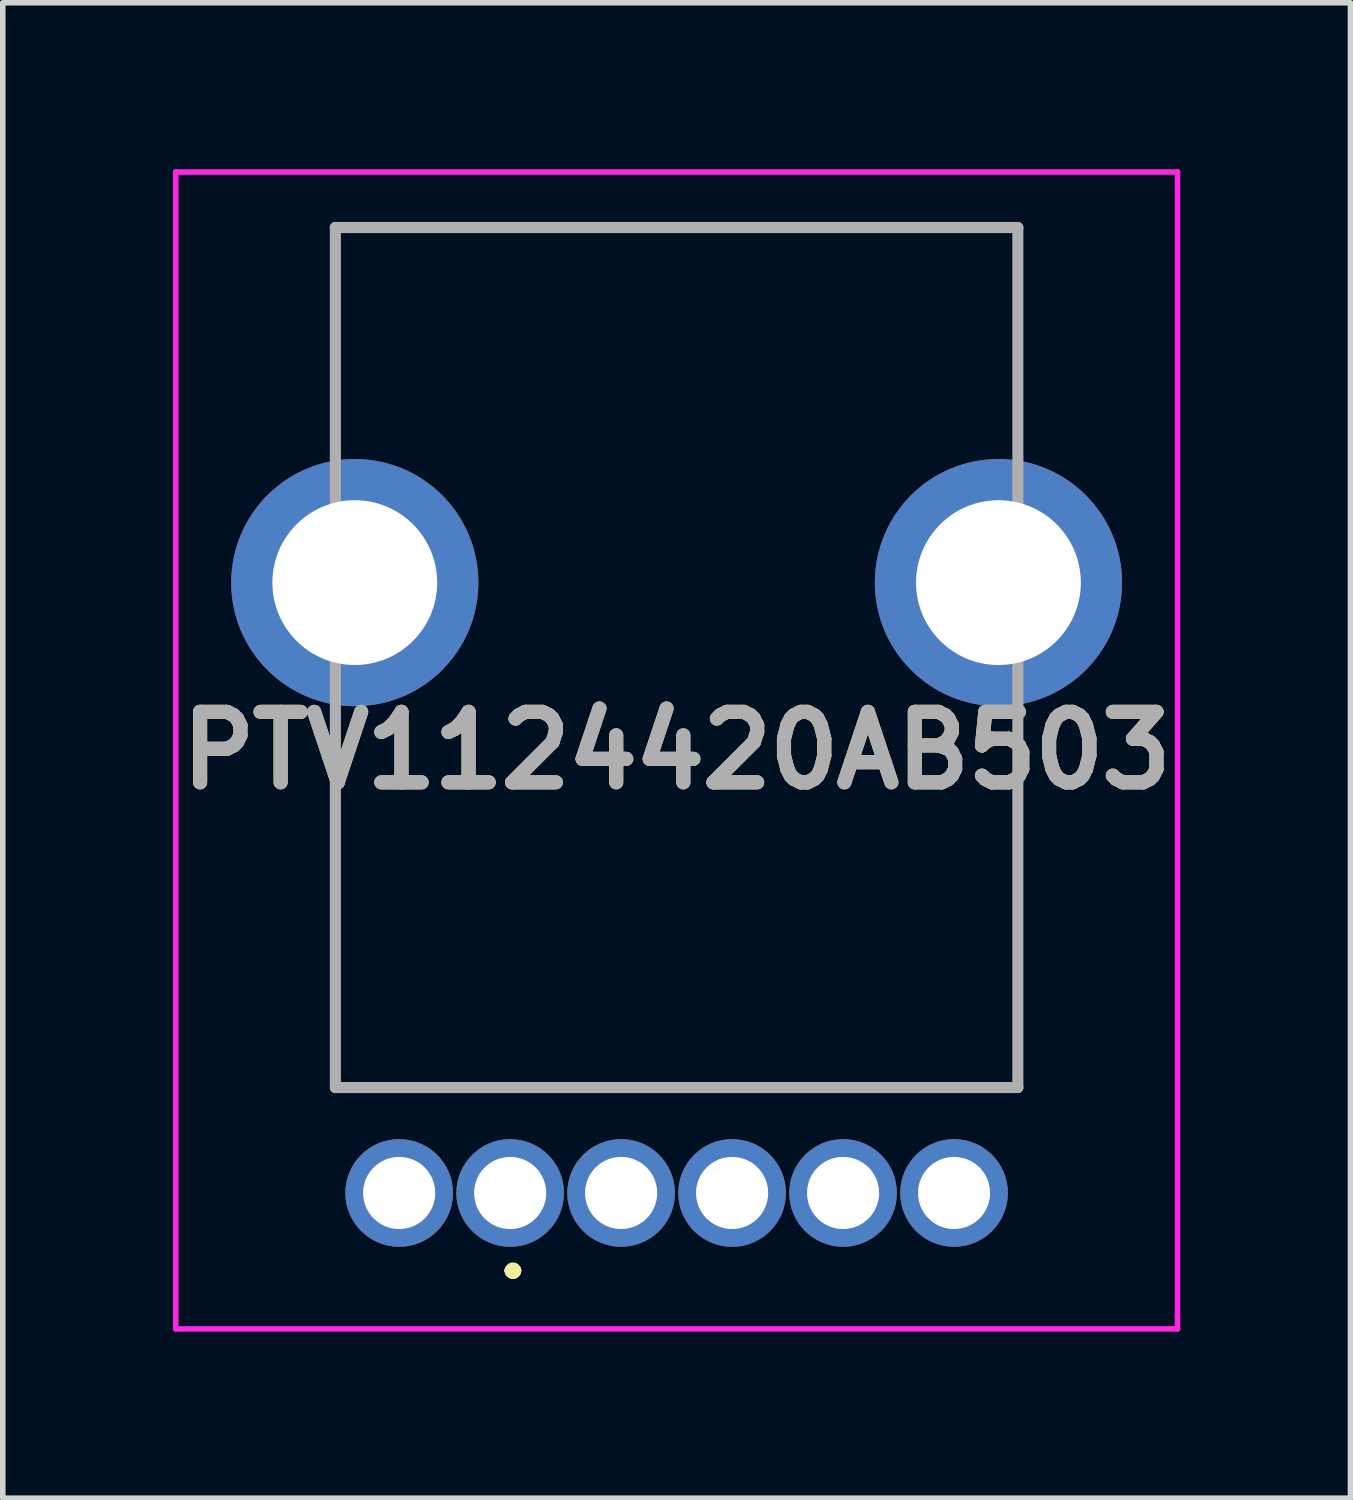
<source format=kicad_pcb>
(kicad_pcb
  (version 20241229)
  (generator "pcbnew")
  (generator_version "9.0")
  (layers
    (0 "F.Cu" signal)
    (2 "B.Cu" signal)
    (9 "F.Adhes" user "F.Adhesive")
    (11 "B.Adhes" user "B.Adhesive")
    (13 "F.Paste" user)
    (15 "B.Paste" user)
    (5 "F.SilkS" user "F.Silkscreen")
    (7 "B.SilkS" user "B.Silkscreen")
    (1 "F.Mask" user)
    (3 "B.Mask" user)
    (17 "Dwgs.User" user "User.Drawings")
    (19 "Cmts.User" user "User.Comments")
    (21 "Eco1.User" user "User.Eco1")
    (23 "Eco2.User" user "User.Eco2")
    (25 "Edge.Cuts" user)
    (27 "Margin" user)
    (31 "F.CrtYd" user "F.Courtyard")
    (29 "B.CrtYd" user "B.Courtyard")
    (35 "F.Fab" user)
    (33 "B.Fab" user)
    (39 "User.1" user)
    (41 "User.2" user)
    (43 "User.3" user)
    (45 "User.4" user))
  (footprint "PTV1124420AB503"
    (layer "F.Cu")
    (at 6.144 18.45)
    (property "Reference" "PTV1124420AB503" (at 3 -7.975 0) (layer "F.SilkS") (effects (font (size 1.27 1.27) (thickness 0.254))))
    (attr through_hole)
    (fp_line (start -3.15 -17.4) (end -3.15 -17.4) (stroke (width 0.1) (type solid)) (layer "F.SilkS"))
    (fp_line (start -3.15 -17.4) (end -3.15 -17.4) (stroke (width 0.1) (type solid)) (layer "F.SilkS"))
    (fp_line (start -3.15 -17.4) (end -3.15 -13.75) (stroke (width 0.1) (type solid)) (layer "F.SilkS"))
    (fp_line (start -3.15 -17.4) (end 9.15 -17.4) (stroke (width 0.1) (type solid)) (layer "F.SilkS"))
    (fp_line (start -3.15 -13.75) (end -3.15 -17.4) (stroke (width 0.1) (type solid)) (layer "F.SilkS"))
    (fp_line (start -3.15 -13.75) (end -3.15 -13.75) (stroke (width 0.1) (type solid)) (layer "F.SilkS"))
    (fp_line (start -3.15 -8.25) (end -3.15 -8.25) (stroke (width 0.1) (type solid)) (layer "F.SilkS"))
    (fp_line (start -3.15 -8.25) (end -3.15 -1.9) (stroke (width 0.1) (type solid)) (layer "F.SilkS"))
    (fp_line (start -3.15 -1.9) (end -3.15 -8.25) (stroke (width 0.1) (type solid)) (layer "F.SilkS"))
    (fp_line (start -3.15 -1.9) (end -3.15 -1.9) (stroke (width 0.1) (type solid)) (layer "F.SilkS"))
    (fp_line (start -3.15 -1.9) (end -3.15 -1.9) (stroke (width 0.1) (type solid)) (layer "F.SilkS"))
    (fp_line (start -3.15 -1.9) (end 9.15 -1.9) (stroke (width 0.1) (type solid)) (layer "F.SilkS"))
    (fp_line (start 0 1.4) (end 0 1.4) (stroke (width 0.2) (type solid)) (layer "F.SilkS"))
    (fp_line (start 0 1.4) (end 0 1.4) (stroke (width 0.2) (type solid)) (layer "F.SilkS"))
    (fp_line (start 0.1 1.4) (end 0.1 1.4) (stroke (width 0.2) (type solid)) (layer "F.SilkS"))
    (fp_line (start 9.15 -17.4) (end -3.15 -17.4) (stroke (width 0.1) (type solid)) (layer "F.SilkS"))
    (fp_line (start 9.15 -17.4) (end 9.15 -17.4) (stroke (width 0.1) (type solid)) (layer "F.SilkS"))
    (fp_line (start 9.15 -17.4) (end 9.15 -17.4) (stroke (width 0.1) (type solid)) (layer "F.SilkS"))
    (fp_line (start 9.15 -17.4) (end 9.15 -13.75) (stroke (width 0.1) (type solid)) (layer "F.SilkS"))
    (fp_line (start 9.15 -13.75) (end 9.15 -17.4) (stroke (width 0.1) (type solid)) (layer "F.SilkS"))
    (fp_line (start 9.15 -13.75) (end 9.15 -13.75) (stroke (width 0.1) (type solid)) (layer "F.SilkS"))
    (fp_line (start 9.15 -8.25) (end 9.15 -8.25) (stroke (width 0.1) (type solid)) (layer "F.SilkS"))
    (fp_line (start 9.15 -8.25) (end 9.15 -1.9) (stroke (width 0.1) (type solid)) (layer "F.SilkS"))
    (fp_line (start 9.15 -1.9) (end -3.15 -1.9) (stroke (width 0.1) (type solid)) (layer "F.SilkS"))
    (fp_line (start 9.15 -1.9) (end 9.15 -8.25) (stroke (width 0.1) (type solid)) (layer "F.SilkS"))
    (fp_line (start 9.15 -1.9) (end 9.15 -1.9) (stroke (width 0.1) (type solid)) (layer "F.SilkS"))
    (fp_line (start 9.15 -1.9) (end 9.15 -1.9) (stroke (width 0.1) (type solid)) (layer "F.SilkS"))
    (fp_arc (start 0 1.4) (mid 0.05 1.35) (end 0.1 1.4) (stroke (width 0.2) (type solid)) (layer "F.SilkS"))
    (fp_arc (start 0.1 1.4) (mid 0.05 1.45) (end 0 1.4) (stroke (width 0.2) (type solid)) (layer "F.SilkS"))
    (fp_arc (start 0.1 1.4) (mid 0.05 1.45) (end 0 1.4) (stroke (width 0.2) (type solid)) (layer "F.SilkS"))
    (fp_line (start -6.027 -18.4) (end 12.027 -18.4) (stroke (width 0.1) (type solid)) (layer "F.CrtYd"))
    (fp_line (start -6.027 2.45) (end -6.027 -18.4) (stroke (width 0.1) (type solid)) (layer "F.CrtYd"))
    (fp_line (start 12.027 -18.4) (end 12.027 2.45) (stroke (width 0.1) (type solid)) (layer "F.CrtYd"))
    (fp_line (start 12.027 2.45) (end -6.027 2.45) (stroke (width 0.1) (type solid)) (layer "F.CrtYd"))
    (fp_line (start -3.15 -17.4) (end -3.15 -1.9) (stroke (width 0.2) (type solid)) (layer "F.Fab"))
    (fp_line (start -3.15 -1.9) (end 9.15 -1.9) (stroke (width 0.2) (type solid)) (layer "F.Fab"))
    (fp_line (start 9.15 -17.4) (end -3.15 -17.4) (stroke (width 0.2) (type solid)) (layer "F.Fab"))
    (fp_line (start 9.15 -1.9) (end 9.15 -17.4) (stroke (width 0.2) (type solid)) (layer "F.Fab"))
    (fp_text user "${REFERENCE}" (at 3 -7.975 0) (layer "F.Fab") (effects (font (size 1.27 1.27) (thickness 0.254))))
    (pad "1" thru_hole circle (at 0 0) (size 1.94 1.94) (drill 1.3) (layers "*.Cu" "*.Mask"))
    (pad "2" thru_hole circle (at -2 0) (size 1.94 1.94) (drill 1.3) (layers "*.Cu" "*.Mask"))
    (pad "3" thru_hole circle (at 8 0) (size 1.94 1.94) (drill 1.3) (layers "*.Cu" "*.Mask"))
    (pad "4" thru_hole circle (at 2 0) (size 1.94 1.94) (drill 1.3) (layers "*.Cu" "*.Mask"))
    (pad "5" thru_hole circle (at 4 0) (size 1.94 1.94) (drill 1.3) (layers "*.Cu" "*.Mask"))
    (pad "6" thru_hole circle (at 6 0) (size 1.94 1.94) (drill 1.3) (layers "*.Cu" "*.Mask"))
    (pad "MH1" thru_hole circle (at -2.8 -11) (size 4.455 4.455) (drill 2.97) (layers "*.Cu" "*.Mask"))
    (pad "MH2" thru_hole circle (at 8.8 -11) (size 4.455 4.455) (drill 2.97) (layers "*.Cu" "*.Mask")))
  (gr_rect
    (start -3 -3)
    (end 21.288 23.95)
    (stroke (width 0.1) (type default))
    (fill no)
    (layer "Edge.Cuts")))
</source>
